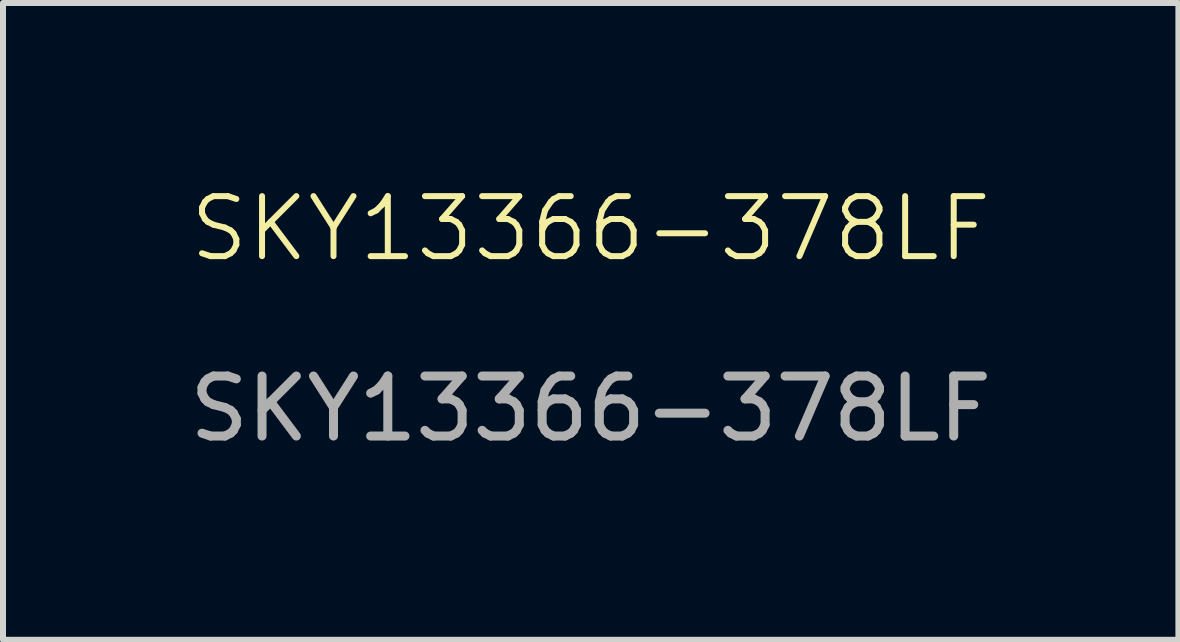
<source format=kicad_pcb>
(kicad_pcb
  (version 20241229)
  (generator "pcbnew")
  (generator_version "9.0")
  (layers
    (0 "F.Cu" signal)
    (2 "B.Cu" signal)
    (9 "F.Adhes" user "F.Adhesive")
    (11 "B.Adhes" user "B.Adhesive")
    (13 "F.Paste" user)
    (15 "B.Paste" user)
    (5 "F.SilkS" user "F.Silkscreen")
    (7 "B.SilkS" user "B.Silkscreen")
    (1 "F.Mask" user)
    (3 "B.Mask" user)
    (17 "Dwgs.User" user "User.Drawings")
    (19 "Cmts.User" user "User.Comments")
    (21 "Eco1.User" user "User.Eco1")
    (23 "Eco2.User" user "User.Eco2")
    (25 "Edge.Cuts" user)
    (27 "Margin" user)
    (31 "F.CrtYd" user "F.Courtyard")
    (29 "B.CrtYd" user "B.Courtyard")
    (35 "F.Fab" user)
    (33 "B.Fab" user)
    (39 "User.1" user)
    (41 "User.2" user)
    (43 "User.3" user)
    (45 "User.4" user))
  (footprint "SKY13366-378LF"
    (layer "F.Cu")
    (at 6.792 1.26)
    (property "Reference" "SKY13366-378LF" (at 0 -0.5 0) (unlocked yes) (layer "F.SilkS") (effects (font (size 1 1) (thickness 0.1))))
    (attr smd)
    (fp_text user "${REFERENCE}" (at 0 2.5 0) (unlocked yes) (layer "F.Fab") (effects (font (size 1 1) (thickness 0.15)))))
  (gr_rect
    (start -3 -3)
    (end 16.583 7.609)
    (stroke (width 0.1) (type default))
    (fill no)
    (layer "Edge.Cuts")))
</source>
